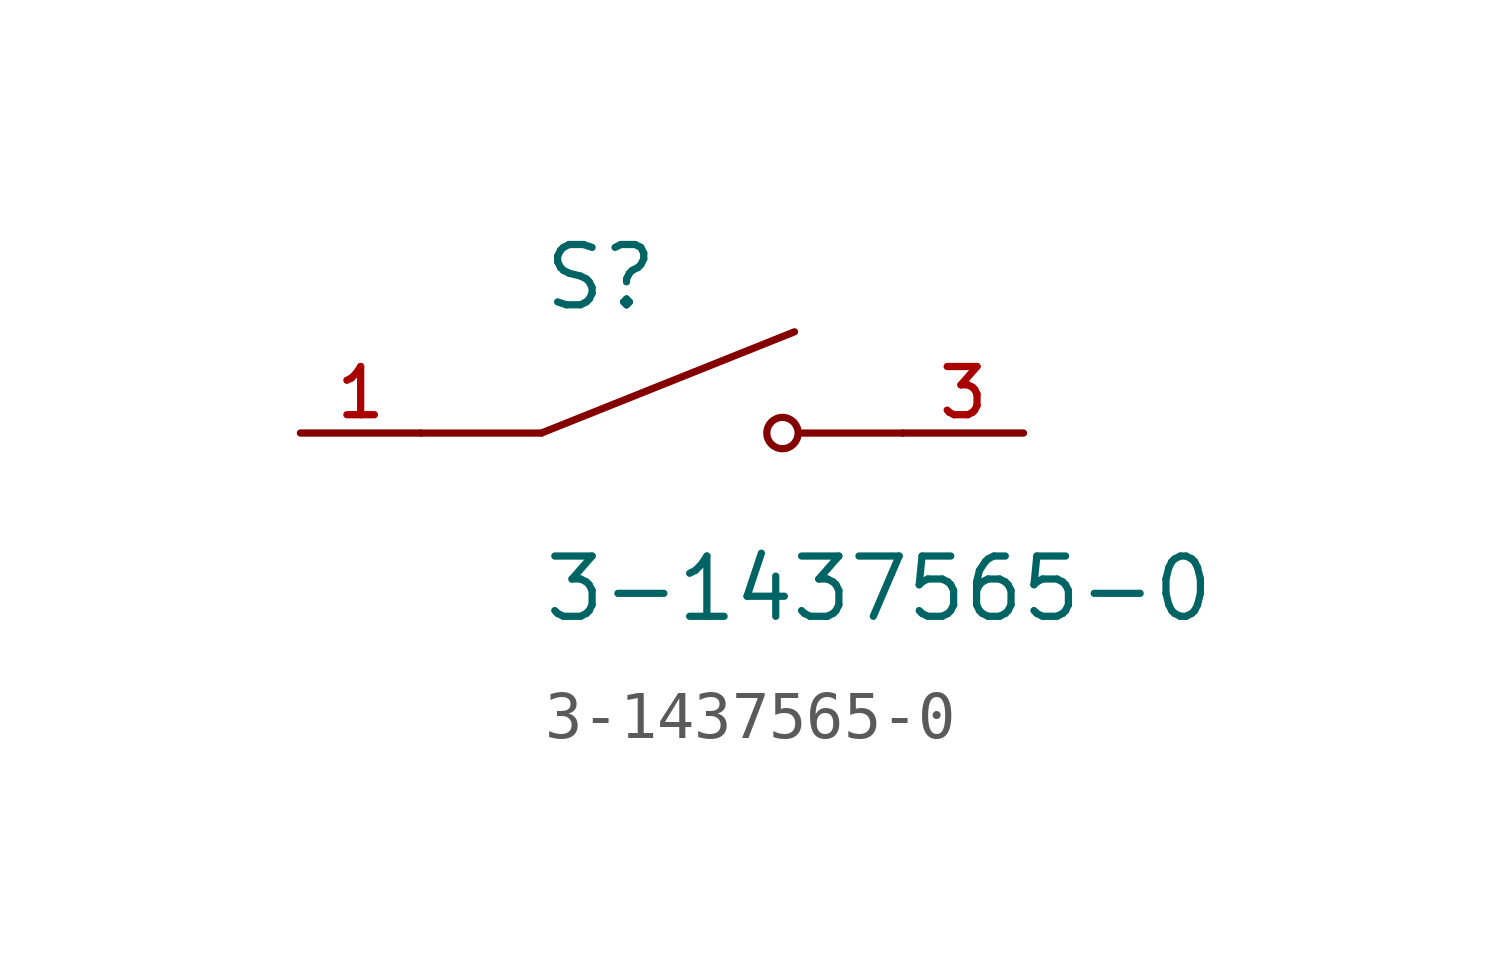
<source format=kicad_sym>
(kicad_symbol_lib
  (version 20211014)
  (generator kicad_symbol_editor)
  (symbol "3-1437565-0"
    (pin_names
      (offset 1.016))
    (property "Reference" "S"
      (at -2.54 2.54 0)
      (effects (font (size 1.27 1.27)) (justify bottom left)))
    (property "Value" "3-1437565-0"
      (at -2.54 -2.54 0)
      (effects (font (size 1.27 1.27)) (justify top left)))
    (symbol "3-1437565-0_0_0"
      (polyline (pts (xy -2.54 0.0) (xy 2.794 2.134)) (stroke (width 0.152)))
      (circle (center 2.54 0.0) (radius 0.33) (stroke (width 0.152)) (fill (type none)))
      (polyline (pts (xy 5.08 0.0) (xy 2.921 0.0)) (stroke (width 0.152)))
      (polyline (pts (xy -2.54 0.0) (xy -5.08 0.0)) (stroke (width 0.152)))
      (pin passive line (at -7.62 0.0 0) (length 2.54) (name "~" (effects (font (size 1.016 1.016)))) (number "1" (effects (font (size 1.016 1.016)))))
      (pin passive line (at -7.62 0.0 0) (length 2.54) hide (name "~" (effects (font (size 1.016 1.016)))) (number "2" (effects (font (size 1.016 1.016)))))
      (pin passive line (at 7.62 0.0 180.0) (length 2.54) (name "~" (effects (font (size 1.016 1.016)))) (number "3" (effects (font (size 1.016 1.016)))))
      (pin passive line (at 7.62 0.0 180.0) (length 2.54) hide (name "~" (effects (font (size 1.016 1.016)))) (number "4" (effects (font (size 1.016 1.016))))))))
</source>
